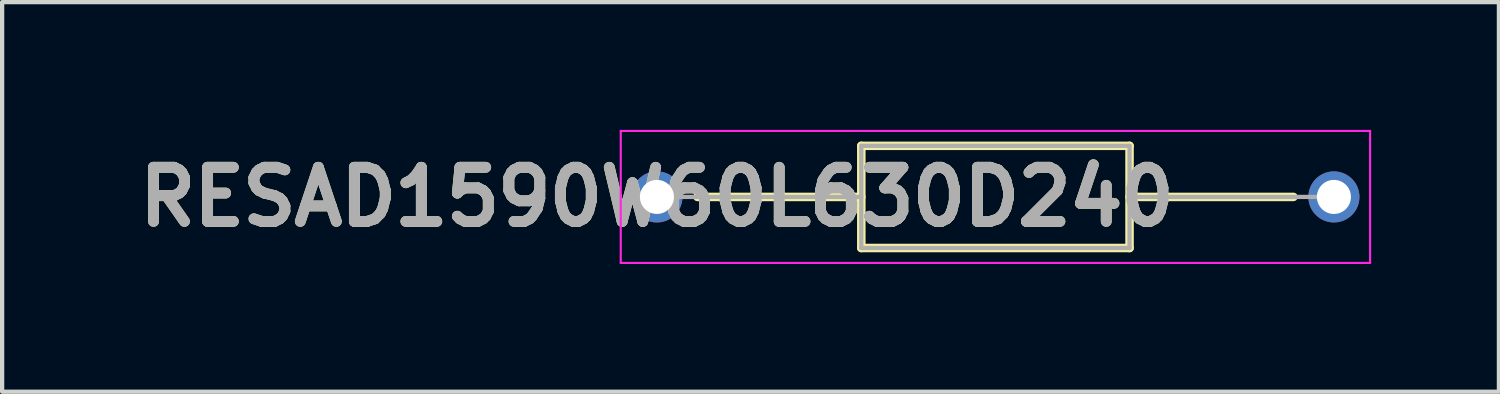
<source format=kicad_pcb>
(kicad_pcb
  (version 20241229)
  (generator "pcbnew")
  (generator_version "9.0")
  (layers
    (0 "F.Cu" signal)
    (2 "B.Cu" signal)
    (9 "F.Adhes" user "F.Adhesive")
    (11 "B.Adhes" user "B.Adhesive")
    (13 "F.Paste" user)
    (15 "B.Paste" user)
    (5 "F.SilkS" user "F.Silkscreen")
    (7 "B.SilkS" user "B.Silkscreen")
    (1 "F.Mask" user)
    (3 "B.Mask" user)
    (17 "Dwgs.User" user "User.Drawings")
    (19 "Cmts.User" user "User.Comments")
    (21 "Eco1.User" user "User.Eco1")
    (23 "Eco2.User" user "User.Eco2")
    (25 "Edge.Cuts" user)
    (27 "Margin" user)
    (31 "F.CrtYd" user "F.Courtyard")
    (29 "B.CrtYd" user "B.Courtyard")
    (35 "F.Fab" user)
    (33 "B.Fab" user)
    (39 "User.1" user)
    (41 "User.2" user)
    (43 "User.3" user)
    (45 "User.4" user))
  (footprint "RESAD1590W60L630D240"
    (layer "F.Cu")
    (at 12.379 1.575)
    (property "Reference" "RESAD1590W60L630D240" (at 0 0 0) (layer "F.SilkS") (effects (font (size 1.27 1.27) (thickness 0.254))))
    (attr through_hole)
    (fp_line (start 0.95 0) (end 4.8 0) (stroke (width 0.2) (type solid)) (layer "F.SilkS"))
    (fp_line (start 4.8 -1.2) (end 11.1 -1.2) (stroke (width 0.2) (type solid)) (layer "F.SilkS"))
    (fp_line (start 4.8 1.2) (end 4.8 -1.2) (stroke (width 0.2) (type solid)) (layer "F.SilkS"))
    (fp_line (start 11.1 -1.2) (end 11.1 1.2) (stroke (width 0.2) (type solid)) (layer "F.SilkS"))
    (fp_line (start 11.1 0) (end 14.95 0) (stroke (width 0.2) (type solid)) (layer "F.SilkS"))
    (fp_line (start 11.1 1.2) (end 4.8 1.2) (stroke (width 0.2) (type solid)) (layer "F.SilkS"))
    (fp_line (start -0.85 -1.55) (end 16.75 -1.55) (stroke (width 0.05) (type solid)) (layer "F.CrtYd"))
    (fp_line (start -0.85 1.55) (end -0.85 -1.55) (stroke (width 0.05) (type solid)) (layer "F.CrtYd"))
    (fp_line (start 16.75 -1.55) (end 16.75 1.55) (stroke (width 0.05) (type solid)) (layer "F.CrtYd"))
    (fp_line (start 16.75 1.55) (end -0.85 1.55) (stroke (width 0.05) (type solid)) (layer "F.CrtYd"))
    (fp_line (start 0 0) (end 4.8 0) (stroke (width 0.1) (type solid)) (layer "F.Fab"))
    (fp_line (start 4.8 -1.2) (end 11.1 -1.2) (stroke (width 0.1) (type solid)) (layer "F.Fab"))
    (fp_line (start 4.8 1.2) (end 4.8 -1.2) (stroke (width 0.1) (type solid)) (layer "F.Fab"))
    (fp_line (start 11.1 -1.2) (end 11.1 1.2) (stroke (width 0.1) (type solid)) (layer "F.Fab"))
    (fp_line (start 11.1 0) (end 15.9 0) (stroke (width 0.1) (type solid)) (layer "F.Fab"))
    (fp_line (start 11.1 1.2) (end 4.8 1.2) (stroke (width 0.1) (type solid)) (layer "F.Fab"))
    (fp_text user "${REFERENCE}" (at 0 0 0) (layer "F.Fab") (effects (font (size 1.27 1.27) (thickness 0.254))))
    (pad "1" thru_hole circle (at 0 0) (size 1.2 1.2) (drill 0.8) (layers "*.Cu" "*.Mask"))
    (pad "2" thru_hole circle (at 15.9 0) (size 1.2 1.2) (drill 0.8) (layers "*.Cu" "*.Mask")))
  (gr_rect
    (start -3 -3)
    (end 32.154 6.15)
    (stroke (width 0.1) (type default))
    (fill no)
    (layer "Edge.Cuts")))
</source>
